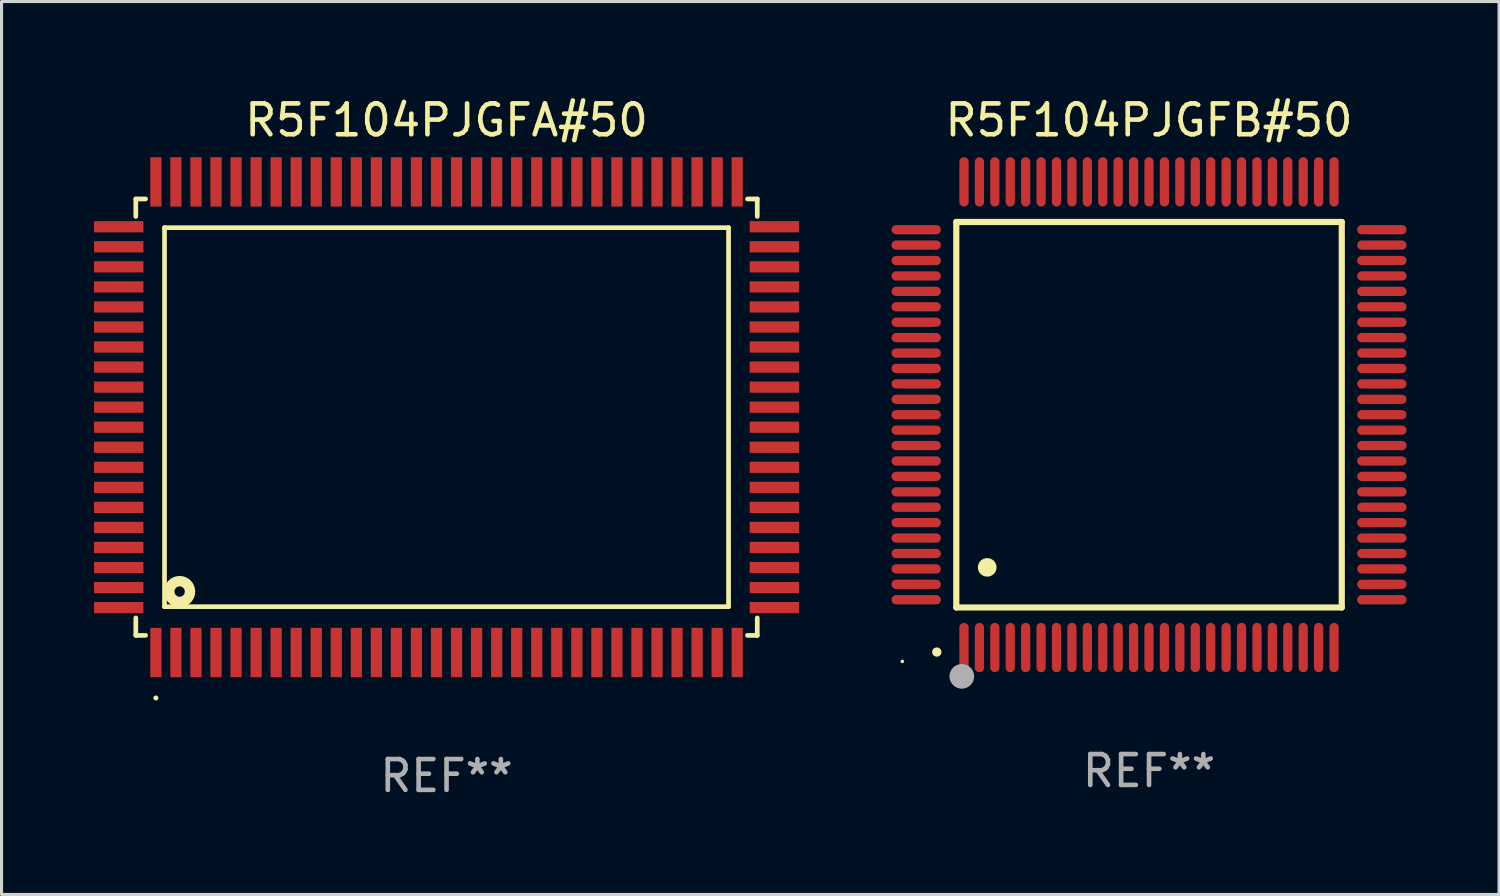
<source format=kicad_pcb>
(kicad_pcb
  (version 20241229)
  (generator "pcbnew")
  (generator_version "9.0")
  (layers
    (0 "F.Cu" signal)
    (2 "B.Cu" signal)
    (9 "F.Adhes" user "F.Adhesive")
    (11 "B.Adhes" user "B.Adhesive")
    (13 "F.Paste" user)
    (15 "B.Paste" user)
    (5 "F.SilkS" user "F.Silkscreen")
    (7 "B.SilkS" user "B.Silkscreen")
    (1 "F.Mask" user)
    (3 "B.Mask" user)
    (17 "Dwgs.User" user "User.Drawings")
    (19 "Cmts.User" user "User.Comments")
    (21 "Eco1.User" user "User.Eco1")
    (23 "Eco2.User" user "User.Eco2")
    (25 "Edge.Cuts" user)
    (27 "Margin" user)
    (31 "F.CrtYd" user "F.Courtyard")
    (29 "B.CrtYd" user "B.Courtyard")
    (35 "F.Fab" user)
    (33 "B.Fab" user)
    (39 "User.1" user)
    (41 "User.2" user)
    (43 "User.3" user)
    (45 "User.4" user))
  (footprint "R5F104PJGFA#50"
    (layer "F.Cu")
    (at 11.43 10.478)
    (property "Reference" "R5F104PJGFA#50" (at 0 -9.63 0) (layer "F.SilkS") (effects (font (size 1 1) (thickness 0.15))))
    (attr through_hole)
    (fp_line (start -10.076 -7.076) (end -10.076 -6.509) (stroke (width 0.152) (type solid)) (layer "F.SilkS"))
    (fp_line (start -10.076 7.076) (end -10.076 6.509) (stroke (width 0.152) (type solid)) (layer "F.SilkS"))
    (fp_line (start -9.759 -7.076) (end -10.076 -7.076) (stroke (width 0.152) (type solid)) (layer "F.SilkS"))
    (fp_line (start -9.759 7.076) (end -10.076 7.076) (stroke (width 0.152) (type solid)) (layer "F.SilkS"))
    (fp_line (start -9.145 -6.145) (end 9.145 -6.145) (stroke (width 0.152) (type solid)) (layer "F.SilkS"))
    (fp_line (start -9.145 6.145) (end -9.145 -6.145) (stroke (width 0.152) (type solid)) (layer "F.SilkS"))
    (fp_line (start 9.145 -6.145) (end 9.145 6.145) (stroke (width 0.152) (type solid)) (layer "F.SilkS"))
    (fp_line (start 9.145 6.145) (end -9.145 6.145) (stroke (width 0.152) (type solid)) (layer "F.SilkS"))
    (fp_line (start 9.759 -7.076) (end 10.076 -7.076) (stroke (width 0.152) (type solid)) (layer "F.SilkS"))
    (fp_line (start 9.759 7.076) (end 10.076 7.076) (stroke (width 0.152) (type solid)) (layer "F.SilkS"))
    (fp_line (start 10.076 -7.076) (end 10.076 -6.509) (stroke (width 0.152) (type solid)) (layer "F.SilkS"))
    (fp_line (start 10.076 7.076) (end 10.076 6.509) (stroke (width 0.152) (type solid)) (layer "F.SilkS"))
    (fp_circle (center -9.425 9.105) (end -9.384 9.105) (stroke (width 0.081) (type solid)) (fill no) (layer "F.SilkS"))
    (fp_circle (center -8.655 5.655) (end -8.487 5.655) (stroke (width 0.338) (type solid)) (fill no) (layer "F.SilkS"))
    (fp_text user "REF**" (at 0 11.63 0) (layer "F.Fab") (effects (font (size 1 1) (thickness 0.15))))
    (pad "1" smd rect (at -9.425 7.63) (size 0.364 1.6) (layers "F.Cu" "F.Mask" "F.Paste"))
    (pad "2" smd rect (at -8.775 7.63) (size 0.364 1.6) (layers "F.Cu" "F.Mask" "F.Paste"))
    (pad "3" smd rect (at -8.125 7.63) (size 0.364 1.6) (layers "F.Cu" "F.Mask" "F.Paste"))
    (pad "4" smd rect (at -7.475 7.63) (size 0.364 1.6) (layers "F.Cu" "F.Mask" "F.Paste"))
    (pad "5" smd rect (at -6.825 7.63) (size 0.364 1.6) (layers "F.Cu" "F.Mask" "F.Paste"))
    (pad "6" smd rect (at -6.175 7.63) (size 0.364 1.6) (layers "F.Cu" "F.Mask" "F.Paste"))
    (pad "7" smd rect (at -5.525 7.63) (size 0.364 1.6) (layers "F.Cu" "F.Mask" "F.Paste"))
    (pad "8" smd rect (at -4.875 7.63) (size 0.364 1.6) (layers "F.Cu" "F.Mask" "F.Paste"))
    (pad "9" smd rect (at -4.225 7.63) (size 0.364 1.6) (layers "F.Cu" "F.Mask" "F.Paste"))
    (pad "10" smd rect (at -3.575 7.63) (size 0.364 1.6) (layers "F.Cu" "F.Mask" "F.Paste"))
    (pad "11" smd rect (at -2.925 7.63) (size 0.364 1.6) (layers "F.Cu" "F.Mask" "F.Paste"))
    (pad "12" smd rect (at -2.275 7.63) (size 0.364 1.6) (layers "F.Cu" "F.Mask" "F.Paste"))
    (pad "13" smd rect (at -1.625 7.63) (size 0.364 1.6) (layers "F.Cu" "F.Mask" "F.Paste"))
    (pad "14" smd rect (at -0.975 7.63) (size 0.364 1.6) (layers "F.Cu" "F.Mask" "F.Paste"))
    (pad "15" smd rect (at -0.325 7.63) (size 0.364 1.6) (layers "F.Cu" "F.Mask" "F.Paste"))
    (pad "16" smd rect (at 0.325 7.63) (size 0.364 1.6) (layers "F.Cu" "F.Mask" "F.Paste"))
    (pad "17" smd rect (at 0.975 7.63) (size 0.364 1.6) (layers "F.Cu" "F.Mask" "F.Paste"))
    (pad "18" smd rect (at 1.625 7.63) (size 0.364 1.6) (layers "F.Cu" "F.Mask" "F.Paste"))
    (pad "19" smd rect (at 2.275 7.63) (size 0.364 1.6) (layers "F.Cu" "F.Mask" "F.Paste"))
    (pad "20" smd rect (at 2.925 7.63) (size 0.364 1.6) (layers "F.Cu" "F.Mask" "F.Paste"))
    (pad "21" smd rect (at 3.575 7.63) (size 0.364 1.6) (layers "F.Cu" "F.Mask" "F.Paste"))
    (pad "22" smd rect (at 4.225 7.63) (size 0.364 1.6) (layers "F.Cu" "F.Mask" "F.Paste"))
    (pad "23" smd rect (at 4.875 7.63) (size 0.364 1.6) (layers "F.Cu" "F.Mask" "F.Paste"))
    (pad "24" smd rect (at 5.525 7.63) (size 0.364 1.6) (layers "F.Cu" "F.Mask" "F.Paste"))
    (pad "25" smd rect (at 6.175 7.63) (size 0.364 1.6) (layers "F.Cu" "F.Mask" "F.Paste"))
    (pad "26" smd rect (at 6.825 7.63) (size 0.364 1.6) (layers "F.Cu" "F.Mask" "F.Paste"))
    (pad "27" smd rect (at 7.475 7.63) (size 0.364 1.6) (layers "F.Cu" "F.Mask" "F.Paste"))
    (pad "28" smd rect (at 8.125 7.63) (size 0.364 1.6) (layers "F.Cu" "F.Mask" "F.Paste"))
    (pad "29" smd rect (at 8.775 7.63) (size 0.364 1.6) (layers "F.Cu" "F.Mask" "F.Paste"))
    (pad "30" smd rect (at 9.425 7.63) (size 0.364 1.6) (layers "F.Cu" "F.Mask" "F.Paste"))
    (pad "31" smd rect (at 10.63 6.175) (size 1.6 0.364) (layers "F.Cu" "F.Mask" "F.Paste"))
    (pad "32" smd rect (at 10.63 5.525) (size 1.6 0.364) (layers "F.Cu" "F.Mask" "F.Paste"))
    (pad "33" smd rect (at 10.63 4.875) (size 1.6 0.364) (layers "F.Cu" "F.Mask" "F.Paste"))
    (pad "34" smd rect (at 10.63 4.225) (size 1.6 0.364) (layers "F.Cu" "F.Mask" "F.Paste"))
    (pad "35" smd rect (at 10.63 3.575) (size 1.6 0.364) (layers "F.Cu" "F.Mask" "F.Paste"))
    (pad "36" smd rect (at 10.63 2.925) (size 1.6 0.364) (layers "F.Cu" "F.Mask" "F.Paste"))
    (pad "37" smd rect (at 10.63 2.275) (size 1.6 0.364) (layers "F.Cu" "F.Mask" "F.Paste"))
    (pad "38" smd rect (at 10.63 1.625) (size 1.6 0.364) (layers "F.Cu" "F.Mask" "F.Paste"))
    (pad "39" smd rect (at 10.63 0.975) (size 1.6 0.364) (layers "F.Cu" "F.Mask" "F.Paste"))
    (pad "40" smd rect (at 10.63 0.325) (size 1.6 0.364) (layers "F.Cu" "F.Mask" "F.Paste"))
    (pad "41" smd rect (at 10.63 -0.325) (size 1.6 0.364) (layers "F.Cu" "F.Mask" "F.Paste"))
    (pad "42" smd rect (at 10.63 -0.975) (size 1.6 0.364) (layers "F.Cu" "F.Mask" "F.Paste"))
    (pad "43" smd rect (at 10.63 -1.625) (size 1.6 0.364) (layers "F.Cu" "F.Mask" "F.Paste"))
    (pad "44" smd rect (at 10.63 -2.275) (size 1.6 0.364) (layers "F.Cu" "F.Mask" "F.Paste"))
    (pad "45" smd rect (at 10.63 -2.925) (size 1.6 0.364) (layers "F.Cu" "F.Mask" "F.Paste"))
    (pad "46" smd rect (at 10.63 -3.575) (size 1.6 0.364) (layers "F.Cu" "F.Mask" "F.Paste"))
    (pad "47" smd rect (at 10.63 -4.225) (size 1.6 0.364) (layers "F.Cu" "F.Mask" "F.Paste"))
    (pad "48" smd rect (at 10.63 -4.875) (size 1.6 0.364) (layers "F.Cu" "F.Mask" "F.Paste"))
    (pad "49" smd rect (at 10.63 -5.525) (size 1.6 0.364) (layers "F.Cu" "F.Mask" "F.Paste"))
    (pad "50" smd rect (at 10.63 -6.175) (size 1.6 0.364) (layers "F.Cu" "F.Mask" "F.Paste"))
    (pad "51" smd rect (at 9.425 -7.63) (size 0.364 1.6) (layers "F.Cu" "F.Mask" "F.Paste"))
    (pad "52" smd rect (at 8.775 -7.63) (size 0.364 1.6) (layers "F.Cu" "F.Mask" "F.Paste"))
    (pad "53" smd rect (at 8.125 -7.63) (size 0.364 1.6) (layers "F.Cu" "F.Mask" "F.Paste"))
    (pad "54" smd rect (at 7.475 -7.63) (size 0.364 1.6) (layers "F.Cu" "F.Mask" "F.Paste"))
    (pad "55" smd rect (at 6.825 -7.63) (size 0.364 1.6) (layers "F.Cu" "F.Mask" "F.Paste"))
    (pad "56" smd rect (at 6.175 -7.63) (size 0.364 1.6) (layers "F.Cu" "F.Mask" "F.Paste"))
    (pad "57" smd rect (at 5.525 -7.63) (size 0.364 1.6) (layers "F.Cu" "F.Mask" "F.Paste"))
    (pad "58" smd rect (at 4.875 -7.63) (size 0.364 1.6) (layers "F.Cu" "F.Mask" "F.Paste"))
    (pad "59" smd rect (at 4.225 -7.63) (size 0.364 1.6) (layers "F.Cu" "F.Mask" "F.Paste"))
    (pad "60" smd rect (at 3.575 -7.63) (size 0.364 1.6) (layers "F.Cu" "F.Mask" "F.Paste"))
    (pad "61" smd rect (at 2.925 -7.63) (size 0.364 1.6) (layers "F.Cu" "F.Mask" "F.Paste"))
    (pad "62" smd rect (at 2.275 -7.63) (size 0.364 1.6) (layers "F.Cu" "F.Mask" "F.Paste"))
    (pad "63" smd rect (at 1.625 -7.63) (size 0.364 1.6) (layers "F.Cu" "F.Mask" "F.Paste"))
    (pad "64" smd rect (at 0.975 -7.63) (size 0.364 1.6) (layers "F.Cu" "F.Mask" "F.Paste"))
    (pad "65" smd rect (at 0.325 -7.63) (size 0.364 1.6) (layers "F.Cu" "F.Mask" "F.Paste"))
    (pad "66" smd rect (at -0.325 -7.63) (size 0.364 1.6) (layers "F.Cu" "F.Mask" "F.Paste"))
    (pad "67" smd rect (at -0.975 -7.63) (size 0.364 1.6) (layers "F.Cu" "F.Mask" "F.Paste"))
    (pad "68" smd rect (at -1.625 -7.63) (size 0.364 1.6) (layers "F.Cu" "F.Mask" "F.Paste"))
    (pad "69" smd rect (at -2.275 -7.63) (size 0.364 1.6) (layers "F.Cu" "F.Mask" "F.Paste"))
    (pad "70" smd rect (at -2.925 -7.63) (size 0.364 1.6) (layers "F.Cu" "F.Mask" "F.Paste"))
    (pad "71" smd rect (at -3.575 -7.63) (size 0.364 1.6) (layers "F.Cu" "F.Mask" "F.Paste"))
    (pad "72" smd rect (at -4.225 -7.63) (size 0.364 1.6) (layers "F.Cu" "F.Mask" "F.Paste"))
    (pad "73" smd rect (at -4.875 -7.63) (size 0.364 1.6) (layers "F.Cu" "F.Mask" "F.Paste"))
    (pad "74" smd rect (at -5.525 -7.63) (size 0.364 1.6) (layers "F.Cu" "F.Mask" "F.Paste"))
    (pad "75" smd rect (at -6.175 -7.63) (size 0.364 1.6) (layers "F.Cu" "F.Mask" "F.Paste"))
    (pad "76" smd rect (at -6.825 -7.63) (size 0.364 1.6) (layers "F.Cu" "F.Mask" "F.Paste"))
    (pad "77" smd rect (at -7.475 -7.63) (size 0.364 1.6) (layers "F.Cu" "F.Mask" "F.Paste"))
    (pad "78" smd rect (at -8.125 -7.63) (size 0.364 1.6) (layers "F.Cu" "F.Mask" "F.Paste"))
    (pad "79" smd rect (at -8.775 -7.63) (size 0.364 1.6) (layers "F.Cu" "F.Mask" "F.Paste"))
    (pad "80" smd rect (at -9.425 -7.63) (size 0.364 1.6) (layers "F.Cu" "F.Mask" "F.Paste"))
    (pad "81" smd rect (at -10.63 -6.175) (size 1.6 0.364) (layers "F.Cu" "F.Mask" "F.Paste"))
    (pad "82" smd rect (at -10.63 -5.525) (size 1.6 0.364) (layers "F.Cu" "F.Mask" "F.Paste"))
    (pad "83" smd rect (at -10.63 -4.875) (size 1.6 0.364) (layers "F.Cu" "F.Mask" "F.Paste"))
    (pad "84" smd rect (at -10.63 -4.225) (size 1.6 0.364) (layers "F.Cu" "F.Mask" "F.Paste"))
    (pad "85" smd rect (at -10.63 -3.575) (size 1.6 0.364) (layers "F.Cu" "F.Mask" "F.Paste"))
    (pad "86" smd rect (at -10.63 -2.925) (size 1.6 0.364) (layers "F.Cu" "F.Mask" "F.Paste"))
    (pad "87" smd rect (at -10.63 -2.275) (size 1.6 0.364) (layers "F.Cu" "F.Mask" "F.Paste"))
    (pad "88" smd rect (at -10.63 -1.625) (size 1.6 0.364) (layers "F.Cu" "F.Mask" "F.Paste"))
    (pad "89" smd rect (at -10.63 -0.975) (size 1.6 0.364) (layers "F.Cu" "F.Mask" "F.Paste"))
    (pad "90" smd rect (at -10.63 -0.325) (size 1.6 0.364) (layers "F.Cu" "F.Mask" "F.Paste"))
    (pad "91" smd rect (at -10.63 0.325) (size 1.6 0.364) (layers "F.Cu" "F.Mask" "F.Paste"))
    (pad "92" smd rect (at -10.63 0.975) (size 1.6 0.364) (layers "F.Cu" "F.Mask" "F.Paste"))
    (pad "93" smd rect (at -10.63 1.625) (size 1.6 0.364) (layers "F.Cu" "F.Mask" "F.Paste"))
    (pad "94" smd rect (at -10.63 2.275) (size 1.6 0.364) (layers "F.Cu" "F.Mask" "F.Paste"))
    (pad "95" smd rect (at -10.63 2.925) (size 1.6 0.364) (layers "F.Cu" "F.Mask" "F.Paste"))
    (pad "96" smd rect (at -10.63 3.575) (size 1.6 0.364) (layers "F.Cu" "F.Mask" "F.Paste"))
    (pad "97" smd rect (at -10.63 4.225) (size 1.6 0.364) (layers "F.Cu" "F.Mask" "F.Paste"))
    (pad "98" smd rect (at -10.63 4.875) (size 1.6 0.364) (layers "F.Cu" "F.Mask" "F.Paste"))
    (pad "99" smd rect (at -10.63 5.525) (size 1.6 0.364) (layers "F.Cu" "F.Mask" "F.Paste"))
    (pad "100" smd rect (at -10.63 6.175) (size 1.6 0.364) (layers "F.Cu" "F.Mask" "F.Paste")))
  (footprint "R5F104PJGFB#50"
    (layer "F.Cu")
    (at 34.21 10.398)
    (property "Reference" "R5F104PJGFB#50" (at 0 -9.55 0) (layer "F.SilkS") (effects (font (size 1 1) (thickness 0.15))))
    (attr through_hole)
    (fp_line (start -6.25 -6.25) (end -6.25 6.25) (stroke (width 0.2) (type solid)) (layer "F.SilkS"))
    (fp_line (start -6.25 6.25) (end 6.25 6.25) (stroke (width 0.2) (type solid)) (layer "F.SilkS"))
    (fp_line (start 6.25 -6.25) (end -6.25 -6.25) (stroke (width 0.2) (type solid)) (layer "F.SilkS"))
    (fp_line (start 6.25 6.25) (end 6.25 -6.25) (stroke (width 0.2) (type solid)) (layer "F.SilkS"))
    (fp_arc (start -6.883414 7.696215) (mid -6.882144 7.69621) (end -6.880874 7.696215) (stroke (width 0.3) (type solid)) (layer "F.SilkS"))
    (fp_arc (start -5.250191 4.95047) (mid -5.247651 4.950459) (end -5.245111 4.95047) (stroke (width 0.6) (type solid)) (layer "F.SilkS"))
    (fp_circle (center -8 8) (end -7.97 8) (stroke (width 0.06) (type solid)) (fill no) (layer "F.SilkS"))
    (fp_circle (center -6.071 8.484) (end -5.871 8.484) (stroke (width 0.4) (type solid)) (fill no) (layer "F.Fab"))
    (fp_text user "REF**" (at 0 11.55 0) (layer "F.Fab") (effects (font (size 1 1) (thickness 0.15))))
    (pad "1" smd oval (at -6 7.55) (size 0.3 1.6) (layers "F.Cu" "F.Mask" "F.Paste"))
    (pad "2" smd oval (at -5.5 7.55) (size 0.3 1.6) (layers "F.Cu" "F.Mask" "F.Paste"))
    (pad "3" smd oval (at -5 7.55) (size 0.3 1.6) (layers "F.Cu" "F.Mask" "F.Paste"))
    (pad "4" smd oval (at -4.5 7.55) (size 0.3 1.6) (layers "F.Cu" "F.Mask" "F.Paste"))
    (pad "5" smd oval (at -4 7.55) (size 0.3 1.6) (layers "F.Cu" "F.Mask" "F.Paste"))
    (pad "6" smd oval (at -3.5 7.55) (size 0.3 1.6) (layers "F.Cu" "F.Mask" "F.Paste"))
    (pad "7" smd oval (at -3 7.55) (size 0.3 1.6) (layers "F.Cu" "F.Mask" "F.Paste"))
    (pad "8" smd oval (at -2.5 7.55) (size 0.3 1.6) (layers "F.Cu" "F.Mask" "F.Paste"))
    (pad "9" smd oval (at -2 7.55) (size 0.3 1.6) (layers "F.Cu" "F.Mask" "F.Paste"))
    (pad "10" smd oval (at -1.5 7.55) (size 0.3 1.6) (layers "F.Cu" "F.Mask" "F.Paste"))
    (pad "11" smd oval (at -1 7.55) (size 0.3 1.6) (layers "F.Cu" "F.Mask" "F.Paste"))
    (pad "12" smd oval (at -0.5 7.55) (size 0.3 1.6) (layers "F.Cu" "F.Mask" "F.Paste"))
    (pad "13" smd oval (at 0 7.55) (size 0.3 1.6) (layers "F.Cu" "F.Mask" "F.Paste"))
    (pad "14" smd oval (at 0.5 7.55) (size 0.3 1.6) (layers "F.Cu" "F.Mask" "F.Paste"))
    (pad "15" smd oval (at 1 7.55) (size 0.3 1.6) (layers "F.Cu" "F.Mask" "F.Paste"))
    (pad "16" smd oval (at 1.5 7.55) (size 0.3 1.6) (layers "F.Cu" "F.Mask" "F.Paste"))
    (pad "17" smd oval (at 2 7.55) (size 0.3 1.6) (layers "F.Cu" "F.Mask" "F.Paste"))
    (pad "18" smd oval (at 2.5 7.55) (size 0.3 1.6) (layers "F.Cu" "F.Mask" "F.Paste"))
    (pad "19" smd oval (at 3 7.55) (size 0.3 1.6) (layers "F.Cu" "F.Mask" "F.Paste"))
    (pad "20" smd oval (at 3.5 7.55) (size 0.3 1.6) (layers "F.Cu" "F.Mask" "F.Paste"))
    (pad "21" smd oval (at 4 7.55) (size 0.3 1.6) (layers "F.Cu" "F.Mask" "F.Paste"))
    (pad "22" smd oval (at 4.5 7.55) (size 0.3 1.6) (layers "F.Cu" "F.Mask" "F.Paste"))
    (pad "23" smd oval (at 5 7.55) (size 0.3 1.6) (layers "F.Cu" "F.Mask" "F.Paste"))
    (pad "24" smd oval (at 5.5 7.55) (size 0.3 1.6) (layers "F.Cu" "F.Mask" "F.Paste"))
    (pad "25" smd oval (at 6 7.55) (size 0.3 1.6) (layers "F.Cu" "F.Mask" "F.Paste"))
    (pad "26" smd oval (at 7.55 6) (size 1.6 0.3) (layers "F.Cu" "F.Mask" "F.Paste"))
    (pad "27" smd oval (at 7.55 5.5) (size 1.6 0.3) (layers "F.Cu" "F.Mask" "F.Paste"))
    (pad "28" smd oval (at 7.55 5) (size 1.6 0.3) (layers "F.Cu" "F.Mask" "F.Paste"))
    (pad "29" smd oval (at 7.55 4.5) (size 1.6 0.3) (layers "F.Cu" "F.Mask" "F.Paste"))
    (pad "30" smd oval (at 7.55 4) (size 1.6 0.3) (layers "F.Cu" "F.Mask" "F.Paste"))
    (pad "31" smd oval (at 7.55 3.5) (size 1.6 0.3) (layers "F.Cu" "F.Mask" "F.Paste"))
    (pad "32" smd oval (at 7.55 3) (size 1.6 0.3) (layers "F.Cu" "F.Mask" "F.Paste"))
    (pad "33" smd oval (at 7.55 2.5) (size 1.6 0.3) (layers "F.Cu" "F.Mask" "F.Paste"))
    (pad "34" smd oval (at 7.55 2) (size 1.6 0.3) (layers "F.Cu" "F.Mask" "F.Paste"))
    (pad "35" smd oval (at 7.55 1.5) (size 1.6 0.3) (layers "F.Cu" "F.Mask" "F.Paste"))
    (pad "36" smd oval (at 7.55 1) (size 1.6 0.3) (layers "F.Cu" "F.Mask" "F.Paste"))
    (pad "37" smd oval (at 7.55 0.5) (size 1.6 0.3) (layers "F.Cu" "F.Mask" "F.Paste"))
    (pad "38" smd oval (at 7.55 0) (size 1.6 0.3) (layers "F.Cu" "F.Mask" "F.Paste"))
    (pad "39" smd oval (at 7.55 -0.5) (size 1.6 0.3) (layers "F.Cu" "F.Mask" "F.Paste"))
    (pad "40" smd oval (at 7.55 -1) (size 1.6 0.3) (layers "F.Cu" "F.Mask" "F.Paste"))
    (pad "41" smd oval (at 7.55 -1.5) (size 1.6 0.3) (layers "F.Cu" "F.Mask" "F.Paste"))
    (pad "42" smd oval (at 7.55 -2) (size 1.6 0.3) (layers "F.Cu" "F.Mask" "F.Paste"))
    (pad "43" smd oval (at 7.55 -2.5) (size 1.6 0.3) (layers "F.Cu" "F.Mask" "F.Paste"))
    (pad "44" smd oval (at 7.55 -3) (size 1.6 0.3) (layers "F.Cu" "F.Mask" "F.Paste"))
    (pad "45" smd oval (at 7.55 -3.5) (size 1.6 0.3) (layers "F.Cu" "F.Mask" "F.Paste"))
    (pad "46" smd oval (at 7.55 -4) (size 1.6 0.3) (layers "F.Cu" "F.Mask" "F.Paste"))
    (pad "47" smd oval (at 7.55 -4.5) (size 1.6 0.3) (layers "F.Cu" "F.Mask" "F.Paste"))
    (pad "48" smd oval (at 7.55 -5) (size 1.6 0.3) (layers "F.Cu" "F.Mask" "F.Paste"))
    (pad "49" smd oval (at 7.55 -5.5) (size 1.6 0.3) (layers "F.Cu" "F.Mask" "F.Paste"))
    (pad "50" smd oval (at 7.55 -6) (size 1.6 0.3) (layers "F.Cu" "F.Mask" "F.Paste"))
    (pad "51" smd oval (at 6 -7.55) (size 0.3 1.6) (layers "F.Cu" "F.Mask" "F.Paste"))
    (pad "52" smd oval (at 5.5 -7.55) (size 0.3 1.6) (layers "F.Cu" "F.Mask" "F.Paste"))
    (pad "53" smd oval (at 5 -7.55) (size 0.3 1.6) (layers "F.Cu" "F.Mask" "F.Paste"))
    (pad "54" smd oval (at 4.5 -7.55) (size 0.3 1.6) (layers "F.Cu" "F.Mask" "F.Paste"))
    (pad "55" smd oval (at 4 -7.55) (size 0.3 1.6) (layers "F.Cu" "F.Mask" "F.Paste"))
    (pad "56" smd oval (at 3.5 -7.55) (size 0.3 1.6) (layers "F.Cu" "F.Mask" "F.Paste"))
    (pad "57" smd oval (at 3 -7.55) (size 0.3 1.6) (layers "F.Cu" "F.Mask" "F.Paste"))
    (pad "58" smd oval (at 2.5 -7.55) (size 0.3 1.6) (layers "F.Cu" "F.Mask" "F.Paste"))
    (pad "59" smd oval (at 2 -7.55) (size 0.3 1.6) (layers "F.Cu" "F.Mask" "F.Paste"))
    (pad "60" smd oval (at 1.5 -7.55) (size 0.3 1.6) (layers "F.Cu" "F.Mask" "F.Paste"))
    (pad "61" smd oval (at 1 -7.55) (size 0.3 1.6) (layers "F.Cu" "F.Mask" "F.Paste"))
    (pad "62" smd oval (at 0.5 -7.55) (size 0.3 1.6) (layers "F.Cu" "F.Mask" "F.Paste"))
    (pad "63" smd oval (at 0 -7.55) (size 0.3 1.6) (layers "F.Cu" "F.Mask" "F.Paste"))
    (pad "64" smd oval (at -0.5 -7.55) (size 0.3 1.6) (layers "F.Cu" "F.Mask" "F.Paste"))
    (pad "65" smd oval (at -1 -7.55) (size 0.3 1.6) (layers "F.Cu" "F.Mask" "F.Paste"))
    (pad "66" smd oval (at -1.5 -7.55) (size 0.3 1.6) (layers "F.Cu" "F.Mask" "F.Paste"))
    (pad "67" smd oval (at -2 -7.55) (size 0.3 1.6) (layers "F.Cu" "F.Mask" "F.Paste"))
    (pad "68" smd oval (at -2.5 -7.55) (size 0.3 1.6) (layers "F.Cu" "F.Mask" "F.Paste"))
    (pad "69" smd oval (at -3 -7.55) (size 0.3 1.6) (layers "F.Cu" "F.Mask" "F.Paste"))
    (pad "70" smd oval (at -3.5 -7.55) (size 0.3 1.6) (layers "F.Cu" "F.Mask" "F.Paste"))
    (pad "71" smd oval (at -4 -7.55) (size 0.3 1.6) (layers "F.Cu" "F.Mask" "F.Paste"))
    (pad "72" smd oval (at -4.5 -7.55) (size 0.3 1.6) (layers "F.Cu" "F.Mask" "F.Paste"))
    (pad "73" smd oval (at -5 -7.55) (size 0.3 1.6) (layers "F.Cu" "F.Mask" "F.Paste"))
    (pad "74" smd oval (at -5.5 -7.55) (size 0.3 1.6) (layers "F.Cu" "F.Mask" "F.Paste"))
    (pad "75" smd oval (at -6 -7.55) (size 0.3 1.6) (layers "F.Cu" "F.Mask" "F.Paste"))
    (pad "76" smd oval (at -7.55 -6) (size 1.6 0.3) (layers "F.Cu" "F.Mask" "F.Paste"))
    (pad "77" smd oval (at -7.55 -5.5) (size 1.6 0.3) (layers "F.Cu" "F.Mask" "F.Paste"))
    (pad "78" smd oval (at -7.55 -5) (size 1.6 0.3) (layers "F.Cu" "F.Mask" "F.Paste"))
    (pad "79" smd oval (at -7.55 -4.5) (size 1.6 0.3) (layers "F.Cu" "F.Mask" "F.Paste"))
    (pad "80" smd oval (at -7.55 -4) (size 1.6 0.3) (layers "F.Cu" "F.Mask" "F.Paste"))
    (pad "81" smd oval (at -7.55 -3.5) (size 1.6 0.3) (layers "F.Cu" "F.Mask" "F.Paste"))
    (pad "82" smd oval (at -7.55 -3) (size 1.6 0.3) (layers "F.Cu" "F.Mask" "F.Paste"))
    (pad "83" smd oval (at -7.55 -2.5) (size 1.6 0.3) (layers "F.Cu" "F.Mask" "F.Paste"))
    (pad "84" smd oval (at -7.55 -2) (size 1.6 0.3) (layers "F.Cu" "F.Mask" "F.Paste"))
    (pad "85" smd oval (at -7.55 -1.5) (size 1.6 0.3) (layers "F.Cu" "F.Mask" "F.Paste"))
    (pad "86" smd oval (at -7.55 -1) (size 1.6 0.3) (layers "F.Cu" "F.Mask" "F.Paste"))
    (pad "87" smd oval (at -7.55 -0.5) (size 1.6 0.3) (layers "F.Cu" "F.Mask" "F.Paste"))
    (pad "88" smd oval (at -7.55 0) (size 1.6 0.3) (layers "F.Cu" "F.Mask" "F.Paste"))
    (pad "89" smd oval (at -7.55 0.5) (size 1.6 0.3) (layers "F.Cu" "F.Mask" "F.Paste"))
    (pad "90" smd oval (at -7.55 1) (size 1.6 0.3) (layers "F.Cu" "F.Mask" "F.Paste"))
    (pad "91" smd oval (at -7.55 1.5) (size 1.6 0.3) (layers "F.Cu" "F.Mask" "F.Paste"))
    (pad "92" smd oval (at -7.55 2) (size 1.6 0.3) (layers "F.Cu" "F.Mask" "F.Paste"))
    (pad "93" smd oval (at -7.55 2.5) (size 1.6 0.3) (layers "F.Cu" "F.Mask" "F.Paste"))
    (pad "94" smd oval (at -7.55 3) (size 1.6 0.3) (layers "F.Cu" "F.Mask" "F.Paste"))
    (pad "95" smd oval (at -7.55 3.5) (size 1.6 0.3) (layers "F.Cu" "F.Mask" "F.Paste"))
    (pad "96" smd oval (at -7.55 4) (size 1.6 0.3) (layers "F.Cu" "F.Mask" "F.Paste"))
    (pad "97" smd oval (at -7.55 4.5) (size 1.6 0.3) (layers "F.Cu" "F.Mask" "F.Paste"))
    (pad "98" smd oval (at -7.55 5) (size 1.6 0.3) (layers "F.Cu" "F.Mask" "F.Paste"))
    (pad "99" smd oval (at -7.55 5.5) (size 1.6 0.3) (layers "F.Cu" "F.Mask" "F.Paste"))
    (pad "100" smd oval (at -7.55 6) (size 1.6 0.3) (layers "F.Cu" "F.Mask" "F.Paste")))
  (gr_rect
    (start -3 -3)
    (end 45.56 25.956)
    (stroke (width 0.1) (type default))
    (fill no)
    (layer "Edge.Cuts")))
</source>
